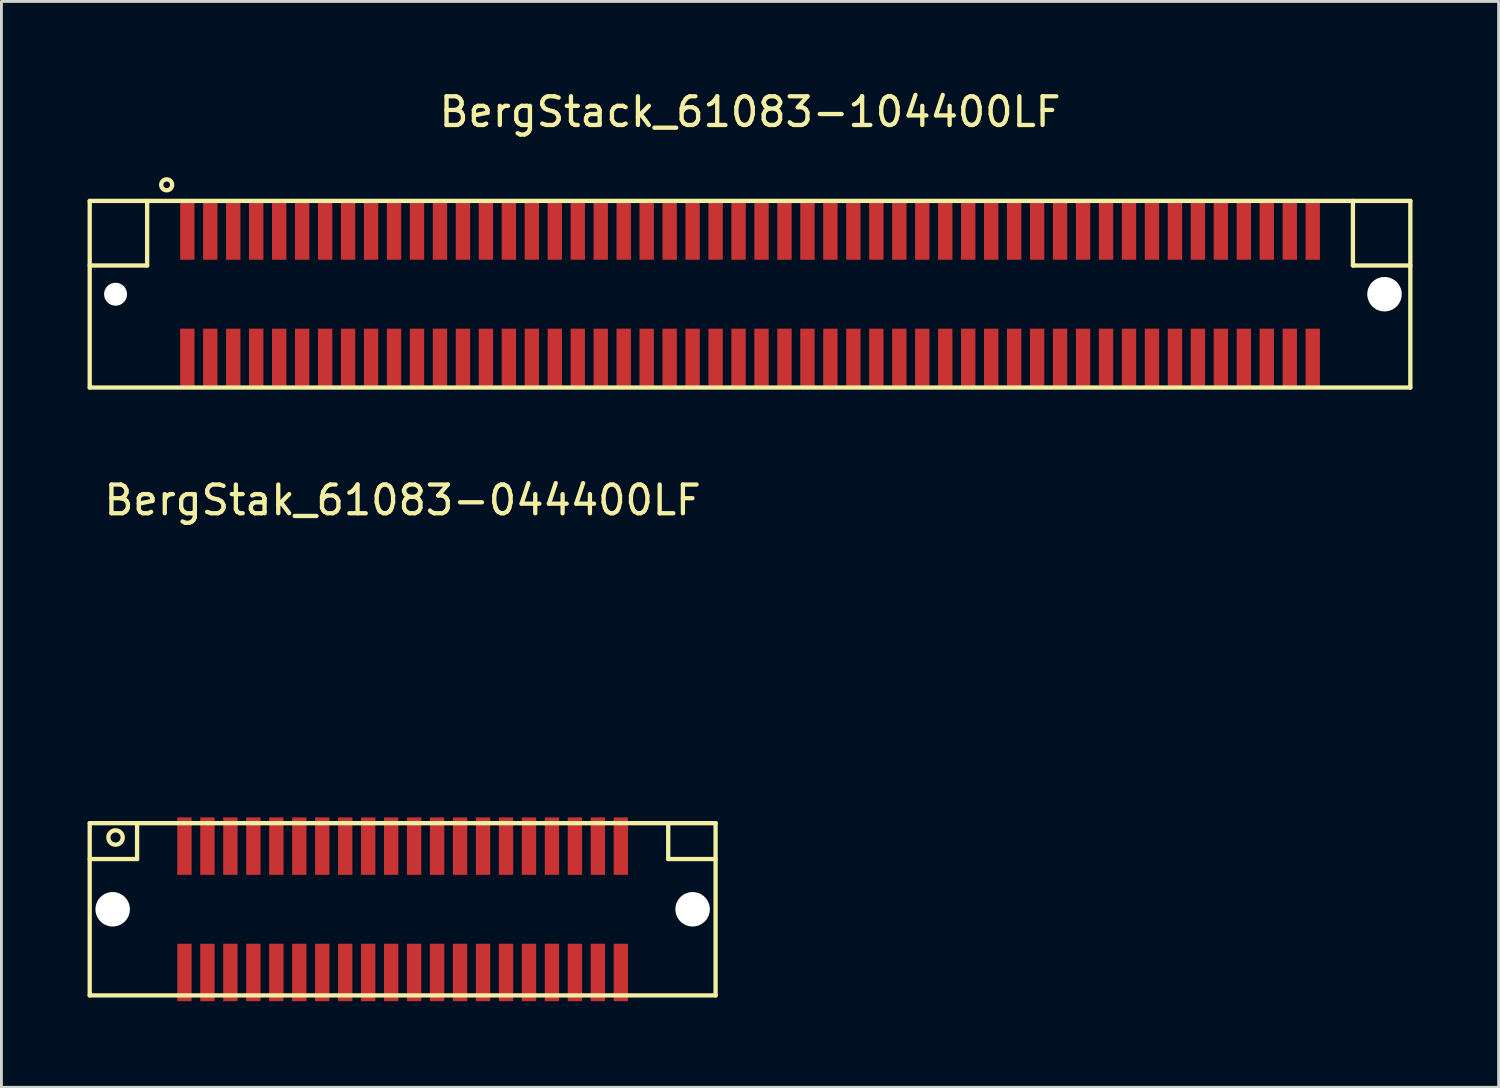
<source format=kicad_pcb>
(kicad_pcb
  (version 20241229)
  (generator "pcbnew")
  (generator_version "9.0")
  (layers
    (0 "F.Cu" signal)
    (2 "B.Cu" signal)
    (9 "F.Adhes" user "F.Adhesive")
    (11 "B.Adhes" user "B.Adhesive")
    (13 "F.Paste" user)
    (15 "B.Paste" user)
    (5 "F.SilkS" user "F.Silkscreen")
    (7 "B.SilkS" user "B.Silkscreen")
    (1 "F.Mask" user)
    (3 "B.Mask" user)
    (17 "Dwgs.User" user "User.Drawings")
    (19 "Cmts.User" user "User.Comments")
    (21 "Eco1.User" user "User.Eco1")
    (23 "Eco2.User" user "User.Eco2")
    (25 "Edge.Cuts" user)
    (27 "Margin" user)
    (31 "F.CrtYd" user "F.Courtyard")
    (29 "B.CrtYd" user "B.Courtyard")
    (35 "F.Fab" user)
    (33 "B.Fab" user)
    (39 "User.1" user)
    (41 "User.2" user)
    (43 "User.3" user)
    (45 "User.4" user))
  (footprint "BergStak_61083-044400LF"
    (layer "F.Cu")
    (at 10.975 28.622)
    (property "Reference" "BergStak_61083-044400LF" (at 0 -14.25 0) (layer "F.SilkS") (effects (font (size 1 1) (thickness 0.15))))
    (attr through_hole)
    (fp_line (start -10.9 -3) (end -10.9 3) (stroke (width 0.15) (type solid)) (layer "F.SilkS"))
    (fp_line (start -10.9 -3) (end 10.9 -3) (stroke (width 0.15) (type solid)) (layer "F.SilkS"))
    (fp_line (start -10.9 -1.75) (end -9.25 -1.75) (stroke (width 0.15) (type solid)) (layer "F.SilkS"))
    (fp_line (start -10.9 3) (end 10.9 3) (stroke (width 0.15) (type solid)) (layer "F.SilkS"))
    (fp_line (start -9.25 -1.75) (end -9.25 -3) (stroke (width 0.15) (type solid)) (layer "F.SilkS"))
    (fp_line (start 9.25 -1.75) (end 9.25 -3) (stroke (width 0.15) (type solid)) (layer "F.SilkS"))
    (fp_line (start 10.9 -3) (end 10.9 3) (stroke (width 0.15) (type solid)) (layer "F.SilkS"))
    (fp_line (start 10.9 -1.75) (end 9.25 -1.75) (stroke (width 0.15) (type solid)) (layer "F.SilkS"))
    (fp_circle (center -10 -2.5) (end -10 -2.25) (stroke (width 0.15) (type solid)) (fill no) (layer "F.SilkS"))
    (pad "" np_thru_hole circle (at -10.1 0) (size 1.2 1.2) (drill 1.2) (layers "*.Cu" "*.Mask"))
    (pad "" np_thru_hole circle (at 10.1 0) (size 1.2 1.2) (drill 1.2) (layers "*.Cu" "*.Mask"))
    (pad "1" smd rect (at -7.6 -2.2) (size 0.5 2) (layers "F.Cu" "F.Mask" "F.Paste"))
    (pad "2" smd rect (at -7.6 2.2) (size 0.5 2) (layers "F.Cu" "F.Mask" "F.Paste"))
    (pad "3" smd rect (at -6.8 -2.2) (size 0.5 2) (layers "F.Cu" "F.Mask" "F.Paste"))
    (pad "4" smd rect (at -6.8 2.2) (size 0.5 2) (layers "F.Cu" "F.Mask" "F.Paste"))
    (pad "5" smd rect (at -6 -2.2) (size 0.5 2) (layers "F.Cu" "F.Mask" "F.Paste"))
    (pad "6" smd rect (at -6 2.2) (size 0.5 2) (layers "F.Cu" "F.Mask" "F.Paste"))
    (pad "7" smd rect (at -5.2 -2.2) (size 0.5 2) (layers "F.Cu" "F.Mask" "F.Paste"))
    (pad "8" smd rect (at -5.2 2.2) (size 0.5 2) (layers "F.Cu" "F.Mask" "F.Paste"))
    (pad "9" smd rect (at -4.4 -2.2) (size 0.5 2) (layers "F.Cu" "F.Mask" "F.Paste"))
    (pad "10" smd rect (at -4.4 2.2) (size 0.5 2) (layers "F.Cu" "F.Mask" "F.Paste"))
    (pad "11" smd rect (at -3.6 -2.2) (size 0.5 2) (layers "F.Cu" "F.Mask" "F.Paste"))
    (pad "12" smd rect (at -3.6 2.2) (size 0.5 2) (layers "F.Cu" "F.Mask" "F.Paste"))
    (pad "13" smd rect (at -2.8 -2.2) (size 0.5 2) (layers "F.Cu" "F.Mask" "F.Paste"))
    (pad "14" smd rect (at -2.8 2.2) (size 0.5 2) (layers "F.Cu" "F.Mask" "F.Paste"))
    (pad "15" smd rect (at -2 -2.2) (size 0.5 2) (layers "F.Cu" "F.Mask" "F.Paste"))
    (pad "16" smd rect (at -2 2.2) (size 0.5 2) (layers "F.Cu" "F.Mask" "F.Paste"))
    (pad "17" smd rect (at -1.2 -2.2) (size 0.5 2) (layers "F.Cu" "F.Mask" "F.Paste"))
    (pad "18" smd rect (at -1.2 2.2) (size 0.5 2) (layers "F.Cu" "F.Mask" "F.Paste"))
    (pad "19" smd rect (at -0.4 -2.2) (size 0.5 2) (layers "F.Cu" "F.Mask" "F.Paste"))
    (pad "20" smd rect (at -0.4 2.2) (size 0.5 2) (layers "F.Cu" "F.Mask" "F.Paste"))
    (pad "21" smd rect (at 0.4 -2.2) (size 0.5 2) (layers "F.Cu" "F.Mask" "F.Paste"))
    (pad "22" smd rect (at 0.4 2.2) (size 0.5 2) (layers "F.Cu" "F.Mask" "F.Paste"))
    (pad "23" smd rect (at 1.2 -2.2) (size 0.5 2) (layers "F.Cu" "F.Mask" "F.Paste"))
    (pad "24" smd rect (at 1.2 2.2) (size 0.5 2) (layers "F.Cu" "F.Mask" "F.Paste"))
    (pad "25" smd rect (at 2 -2.2) (size 0.5 2) (layers "F.Cu" "F.Mask" "F.Paste"))
    (pad "26" smd rect (at 2 2.2) (size 0.5 2) (layers "F.Cu" "F.Mask" "F.Paste"))
    (pad "27" smd rect (at 2.8 -2.2) (size 0.5 2) (layers "F.Cu" "F.Mask" "F.Paste"))
    (pad "28" smd rect (at 2.8 2.2) (size 0.5 2) (layers "F.Cu" "F.Mask" "F.Paste"))
    (pad "29" smd rect (at 3.6 -2.2) (size 0.5 2) (layers "F.Cu" "F.Mask" "F.Paste"))
    (pad "30" smd rect (at 3.6 2.2) (size 0.5 2) (layers "F.Cu" "F.Mask" "F.Paste"))
    (pad "31" smd rect (at 4.4 -2.2) (size 0.5 2) (layers "F.Cu" "F.Mask" "F.Paste"))
    (pad "32" smd rect (at 4.4 2.2) (size 0.5 2) (layers "F.Cu" "F.Mask" "F.Paste"))
    (pad "33" smd rect (at 5.2 -2.2) (size 0.5 2) (layers "F.Cu" "F.Mask" "F.Paste"))
    (pad "34" smd rect (at 5.2 2.2) (size 0.5 2) (layers "F.Cu" "F.Mask" "F.Paste"))
    (pad "35" smd rect (at 6 -2.2) (size 0.5 2) (layers "F.Cu" "F.Mask" "F.Paste"))
    (pad "36" smd rect (at 6 2.2) (size 0.5 2) (layers "F.Cu" "F.Mask" "F.Paste"))
    (pad "37" smd rect (at 6.8 -2.2) (size 0.5 2) (layers "F.Cu" "F.Mask" "F.Paste"))
    (pad "38" smd rect (at 6.8 2.2) (size 0.5 2) (layers "F.Cu" "F.Mask" "F.Paste"))
    (pad "39" smd rect (at 7.6 -2.2) (size 0.5 2) (layers "F.Cu" "F.Mask" "F.Paste"))
    (pad "40" smd rect (at 7.6 2.2) (size 0.5 2) (layers "F.Cu" "F.Mask" "F.Paste")))
  (footprint "BergStack_61083-104400LF"
    (layer "F.Cu")
    (at 23.075 7.198)
    (property "Reference" "BergStack_61083-104400LF" (at 0 -6.35 0) (layer "F.SilkS") (effects (font (size 1 1) (thickness 0.15))))
    (attr through_hole)
    (fp_line (start -23 -3.25) (end 23 -3.25) (stroke (width 0.15) (type solid)) (layer "F.SilkS"))
    (fp_line (start -23 3.25) (end -23 -3.25) (stroke (width 0.15) (type solid)) (layer "F.SilkS"))
    (fp_line (start -21 -3.25) (end -21 -1) (stroke (width 0.15) (type solid)) (layer "F.SilkS"))
    (fp_line (start -21 -1) (end -23 -1) (stroke (width 0.15) (type solid)) (layer "F.SilkS"))
    (fp_line (start 21 -3.25) (end 21 -1) (stroke (width 0.15) (type solid)) (layer "F.SilkS"))
    (fp_line (start 21 -1) (end 23 -1) (stroke (width 0.15) (type solid)) (layer "F.SilkS"))
    (fp_line (start 23 -3.25) (end 23 3.25) (stroke (width 0.15) (type solid)) (layer "F.SilkS"))
    (fp_line (start 23 3.25) (end -23 3.25) (stroke (width 0.15) (type solid)) (layer "F.SilkS"))
    (fp_circle (center -20.32 -3.81) (end -20.3 -4) (stroke (width 0.15) (type solid)) (fill no) (layer "F.SilkS"))
    (pad "" np_thru_hole circle (at -22.1 0) (size 0.8 0.8) (drill 0.8) (layers "*.Cu" "*.Mask"))
    (pad "" np_thru_hole circle (at 22.1 0) (size 1.2 1.2) (drill 1.2) (layers "*.Cu" "*.Mask"))
    (pad "1" smd rect (at -19.6 -2.2) (size 0.5 2) (layers "F.Cu" "F.Mask" "F.Paste"))
    (pad "2" smd rect (at -19.6 2.2) (size 0.5 2) (layers "F.Cu" "F.Mask" "F.Paste"))
    (pad "3" smd rect (at -18.8 -2.2) (size 0.5 2) (layers "F.Cu" "F.Mask" "F.Paste"))
    (pad "4" smd rect (at -18.8 2.2) (size 0.5 2) (layers "F.Cu" "F.Mask" "F.Paste"))
    (pad "5" smd rect (at -18 -2.2) (size 0.5 2) (layers "F.Cu" "F.Mask" "F.Paste"))
    (pad "6" smd rect (at -18 2.2) (size 0.5 2) (layers "F.Cu" "F.Mask" "F.Paste"))
    (pad "7" smd rect (at -17.2 -2.2) (size 0.5 2) (layers "F.Cu" "F.Mask" "F.Paste"))
    (pad "8" smd rect (at -17.2 2.2) (size 0.5 2) (layers "F.Cu" "F.Mask" "F.Paste"))
    (pad "9" smd rect (at -16.4 -2.2) (size 0.5 2) (layers "F.Cu" "F.Mask" "F.Paste"))
    (pad "10" smd rect (at -16.4 2.2) (size 0.5 2) (layers "F.Cu" "F.Mask" "F.Paste"))
    (pad "11" smd rect (at -15.6 -2.2) (size 0.5 2) (layers "F.Cu" "F.Mask" "F.Paste"))
    (pad "12" smd rect (at -15.6 2.2) (size 0.5 2) (layers "F.Cu" "F.Mask" "F.Paste"))
    (pad "13" smd rect (at -14.8 -2.2) (size 0.5 2) (layers "F.Cu" "F.Mask" "F.Paste"))
    (pad "14" smd rect (at -14.8 2.2) (size 0.5 2) (layers "F.Cu" "F.Mask" "F.Paste"))
    (pad "15" smd rect (at -14 -2.2) (size 0.5 2) (layers "F.Cu" "F.Mask" "F.Paste"))
    (pad "16" smd rect (at -14 2.2) (size 0.5 2) (layers "F.Cu" "F.Mask" "F.Paste"))
    (pad "17" smd rect (at -13.2 -2.2) (size 0.5 2) (layers "F.Cu" "F.Mask" "F.Paste"))
    (pad "18" smd rect (at -13.2 2.2) (size 0.5 2) (layers "F.Cu" "F.Mask" "F.Paste"))
    (pad "19" smd rect (at -12.4 -2.2) (size 0.5 2) (layers "F.Cu" "F.Mask" "F.Paste"))
    (pad "20" smd rect (at -12.4 2.2) (size 0.5 2) (layers "F.Cu" "F.Mask" "F.Paste"))
    (pad "21" smd rect (at -11.6 -2.2) (size 0.5 2) (layers "F.Cu" "F.Mask" "F.Paste"))
    (pad "22" smd rect (at -11.6 2.2) (size 0.5 2) (layers "F.Cu" "F.Mask" "F.Paste"))
    (pad "23" smd rect (at -10.8 -2.2) (size 0.5 2) (layers "F.Cu" "F.Mask" "F.Paste"))
    (pad "24" smd rect (at -10.8 2.2) (size 0.5 2) (layers "F.Cu" "F.Mask" "F.Paste"))
    (pad "25" smd rect (at -10 -2.2) (size 0.5 2) (layers "F.Cu" "F.Mask" "F.Paste"))
    (pad "26" smd rect (at -10 2.2) (size 0.5 2) (layers "F.Cu" "F.Mask" "F.Paste"))
    (pad "27" smd rect (at -9.2 -2.2) (size 0.5 2) (layers "F.Cu" "F.Mask" "F.Paste"))
    (pad "28" smd rect (at -9.2 2.2) (size 0.5 2) (layers "F.Cu" "F.Mask" "F.Paste"))
    (pad "29" smd rect (at -8.4 -2.2) (size 0.5 2) (layers "F.Cu" "F.Mask" "F.Paste"))
    (pad "30" smd rect (at -8.4 2.2) (size 0.5 2) (layers "F.Cu" "F.Mask" "F.Paste"))
    (pad "31" smd rect (at -7.6 -2.2) (size 0.5 2) (layers "F.Cu" "F.Mask" "F.Paste"))
    (pad "32" smd rect (at -7.6 2.2) (size 0.5 2) (layers "F.Cu" "F.Mask" "F.Paste"))
    (pad "33" smd rect (at -6.8 -2.2) (size 0.5 2) (layers "F.Cu" "F.Mask" "F.Paste"))
    (pad "34" smd rect (at -6.8 2.2) (size 0.5 2) (layers "F.Cu" "F.Mask" "F.Paste"))
    (pad "35" smd rect (at -6 -2.2) (size 0.5 2) (layers "F.Cu" "F.Mask" "F.Paste"))
    (pad "36" smd rect (at -6 2.2) (size 0.5 2) (layers "F.Cu" "F.Mask" "F.Paste"))
    (pad "37" smd rect (at -5.2 -2.2) (size 0.5 2) (layers "F.Cu" "F.Mask" "F.Paste"))
    (pad "38" smd rect (at -5.2 2.2) (size 0.5 2) (layers "F.Cu" "F.Mask" "F.Paste"))
    (pad "39" smd rect (at -4.4 -2.2) (size 0.5 2) (layers "F.Cu" "F.Mask" "F.Paste"))
    (pad "40" smd rect (at -4.4 2.2) (size 0.5 2) (layers "F.Cu" "F.Mask" "F.Paste"))
    (pad "41" smd rect (at -3.6 -2.2) (size 0.5 2) (layers "F.Cu" "F.Mask" "F.Paste"))
    (pad "42" smd rect (at -3.6 2.2) (size 0.5 2) (layers "F.Cu" "F.Mask" "F.Paste"))
    (pad "43" smd rect (at -2.8 -2.2) (size 0.5 2) (layers "F.Cu" "F.Mask" "F.Paste"))
    (pad "44" smd rect (at -2.8 2.2) (size 0.5 2) (layers "F.Cu" "F.Mask" "F.Paste"))
    (pad "45" smd rect (at -2 -2.2) (size 0.5 2) (layers "F.Cu" "F.Mask" "F.Paste"))
    (pad "46" smd rect (at -2 2.2) (size 0.5 2) (layers "F.Cu" "F.Mask" "F.Paste"))
    (pad "47" smd rect (at -1.2 -2.2) (size 0.5 2) (layers "F.Cu" "F.Mask" "F.Paste"))
    (pad "48" smd rect (at -1.2 2.2) (size 0.5 2) (layers "F.Cu" "F.Mask" "F.Paste"))
    (pad "49" smd rect (at -0.4 -2.2) (size 0.5 2) (layers "F.Cu" "F.Mask" "F.Paste"))
    (pad "50" smd rect (at -0.4 2.2) (size 0.5 2) (layers "F.Cu" "F.Mask" "F.Paste"))
    (pad "51" smd rect (at 0.4 -2.2) (size 0.5 2) (layers "F.Cu" "F.Mask" "F.Paste"))
    (pad "52" smd rect (at 0.4 2.2) (size 0.5 2) (layers "F.Cu" "F.Mask" "F.Paste"))
    (pad "53" smd rect (at 1.2 -2.2) (size 0.5 2) (layers "F.Cu" "F.Mask" "F.Paste"))
    (pad "54" smd rect (at 1.2 2.2) (size 0.5 2) (layers "F.Cu" "F.Mask" "F.Paste"))
    (pad "55" smd rect (at 2 -2.2) (size 0.5 2) (layers "F.Cu" "F.Mask" "F.Paste"))
    (pad "56" smd rect (at 2 2.2) (size 0.5 2) (layers "F.Cu" "F.Mask" "F.Paste"))
    (pad "57" smd rect (at 2.8 -2.2) (size 0.5 2) (layers "F.Cu" "F.Mask" "F.Paste"))
    (pad "58" smd rect (at 2.8 2.2) (size 0.5 2) (layers "F.Cu" "F.Mask" "F.Paste"))
    (pad "59" smd rect (at 3.6 -2.2) (size 0.5 2) (layers "F.Cu" "F.Mask" "F.Paste"))
    (pad "60" smd rect (at 3.6 2.2) (size 0.5 2) (layers "F.Cu" "F.Mask" "F.Paste"))
    (pad "61" smd rect (at 4.4 -2.2) (size 0.5 2) (layers "F.Cu" "F.Mask" "F.Paste"))
    (pad "62" smd rect (at 4.4 2.2) (size 0.5 2) (layers "F.Cu" "F.Mask" "F.Paste"))
    (pad "63" smd rect (at 5.2 -2.2) (size 0.5 2) (layers "F.Cu" "F.Mask" "F.Paste"))
    (pad "64" smd rect (at 5.2 2.2) (size 0.5 2) (layers "F.Cu" "F.Mask" "F.Paste"))
    (pad "65" smd rect (at 6 -2.2) (size 0.5 2) (layers "F.Cu" "F.Mask" "F.Paste"))
    (pad "66" smd rect (at 6 2.2) (size 0.5 2) (layers "F.Cu" "F.Mask" "F.Paste"))
    (pad "67" smd rect (at 6.8 -2.2) (size 0.5 2) (layers "F.Cu" "F.Mask" "F.Paste"))
    (pad "68" smd rect (at 6.8 2.2) (size 0.5 2) (layers "F.Cu" "F.Mask" "F.Paste"))
    (pad "69" smd rect (at 7.6 -2.2) (size 0.5 2) (layers "F.Cu" "F.Mask" "F.Paste"))
    (pad "70" smd rect (at 7.6 2.2) (size 0.5 2) (layers "F.Cu" "F.Mask" "F.Paste"))
    (pad "71" smd rect (at 8.4 -2.2) (size 0.5 2) (layers "F.Cu" "F.Mask" "F.Paste"))
    (pad "72" smd rect (at 8.4 2.2) (size 0.5 2) (layers "F.Cu" "F.Mask" "F.Paste"))
    (pad "73" smd rect (at 9.2 -2.2) (size 0.5 2) (layers "F.Cu" "F.Mask" "F.Paste"))
    (pad "74" smd rect (at 9.2 2.2) (size 0.5 2) (layers "F.Cu" "F.Mask" "F.Paste"))
    (pad "75" smd rect (at 10 -2.2) (size 0.5 2) (layers "F.Cu" "F.Mask" "F.Paste"))
    (pad "76" smd rect (at 10 2.2) (size 0.5 2) (layers "F.Cu" "F.Mask" "F.Paste"))
    (pad "77" smd rect (at 10.8 -2.2) (size 0.5 2) (layers "F.Cu" "F.Mask" "F.Paste"))
    (pad "78" smd rect (at 10.8 2.2) (size 0.5 2) (layers "F.Cu" "F.Mask" "F.Paste"))
    (pad "79" smd rect (at 11.6 -2.2) (size 0.5 2) (layers "F.Cu" "F.Mask" "F.Paste"))
    (pad "80" smd rect (at 11.6 2.2) (size 0.5 2) (layers "F.Cu" "F.Mask" "F.Paste"))
    (pad "81" smd rect (at 12.4 -2.2) (size 0.5 2) (layers "F.Cu" "F.Mask" "F.Paste"))
    (pad "82" smd rect (at 12.4 2.2) (size 0.5 2) (layers "F.Cu" "F.Mask" "F.Paste"))
    (pad "83" smd rect (at 13.2 -2.2) (size 0.5 2) (layers "F.Cu" "F.Mask" "F.Paste"))
    (pad "84" smd rect (at 13.2 2.2) (size 0.5 2) (layers "F.Cu" "F.Mask" "F.Paste"))
    (pad "85" smd rect (at 14 -2.2) (size 0.5 2) (layers "F.Cu" "F.Mask" "F.Paste"))
    (pad "86" smd rect (at 14 2.2) (size 0.5 2) (layers "F.Cu" "F.Mask" "F.Paste"))
    (pad "87" smd rect (at 14.8 -2.2) (size 0.5 2) (layers "F.Cu" "F.Mask" "F.Paste"))
    (pad "88" smd rect (at 14.8 2.2) (size 0.5 2) (layers "F.Cu" "F.Mask" "F.Paste"))
    (pad "89" smd rect (at 15.6 -2.2) (size 0.5 2) (layers "F.Cu" "F.Mask" "F.Paste"))
    (pad "90" smd rect (at 15.6 2.2) (size 0.5 2) (layers "F.Cu" "F.Mask" "F.Paste"))
    (pad "91" smd rect (at 16.4 -2.2) (size 0.5 2) (layers "F.Cu" "F.Mask" "F.Paste"))
    (pad "92" smd rect (at 16.4 2.2) (size 0.5 2) (layers "F.Cu" "F.Mask" "F.Paste"))
    (pad "93" smd rect (at 17.2 -2.2) (size 0.5 2) (layers "F.Cu" "F.Mask" "F.Paste"))
    (pad "94" smd rect (at 17.2 2.2) (size 0.5 2) (layers "F.Cu" "F.Mask" "F.Paste"))
    (pad "95" smd rect (at 18 -2.2) (size 0.5 2) (layers "F.Cu" "F.Mask" "F.Paste"))
    (pad "96" smd rect (at 18 2.2) (size 0.5 2) (layers "F.Cu" "F.Mask" "F.Paste"))
    (pad "97" smd rect (at 18.8 -2.2) (size 0.5 2) (layers "F.Cu" "F.Mask" "F.Paste"))
    (pad "98" smd rect (at 18.8 2.2) (size 0.5 2) (layers "F.Cu" "F.Mask" "F.Paste"))
    (pad "99" smd rect (at 19.6 -2.2) (size 0.5 2) (layers "F.Cu" "F.Mask" "F.Paste"))
    (pad "100" smd rect (at 19.6 2.2) (size 0.5 2) (layers "F.Cu" "F.Mask" "F.Paste")))
  (gr_rect
    (start -3 -3)
    (end 49.15 34.822)
    (stroke (width 0.1) (type default))
    (fill no)
    (layer "Edge.Cuts")))
</source>
